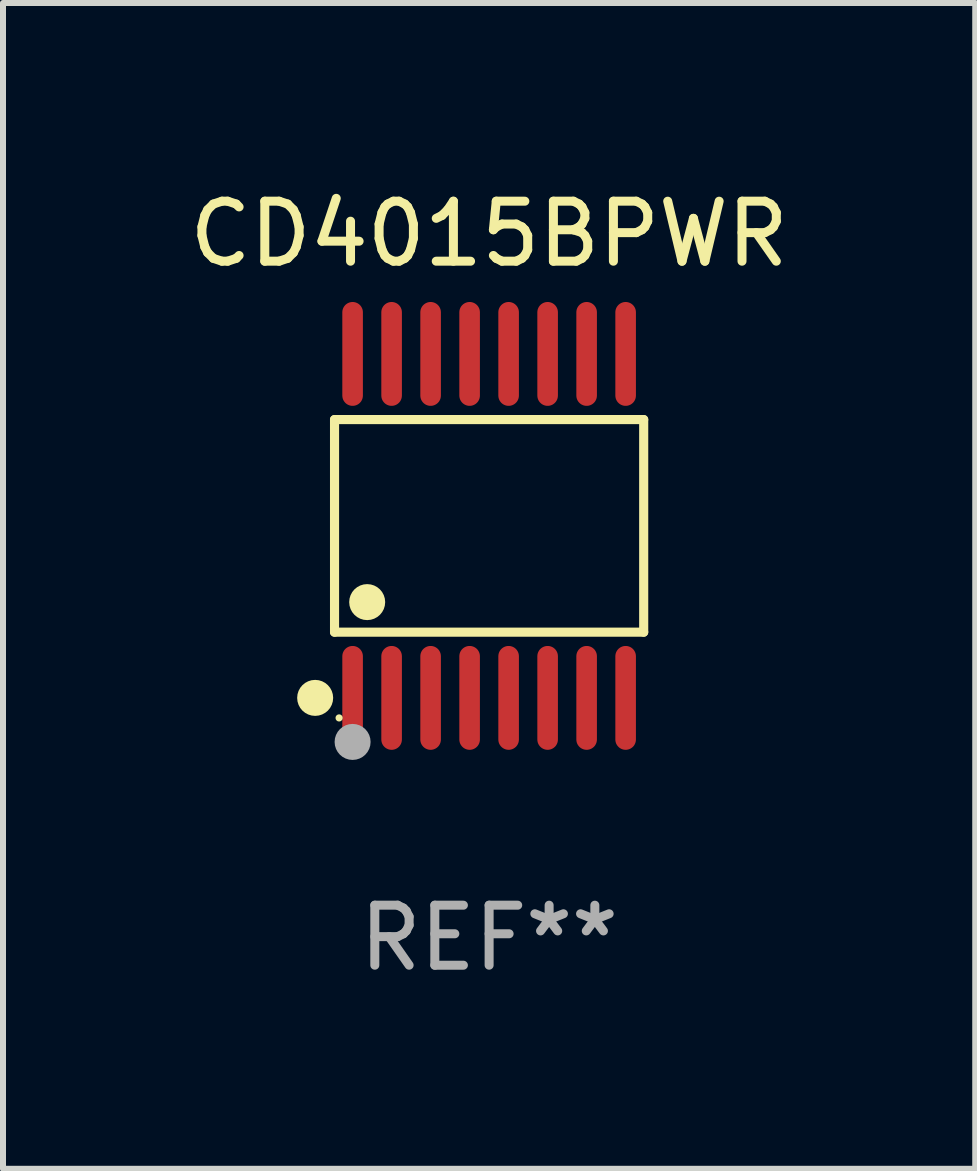
<source format=kicad_pcb>
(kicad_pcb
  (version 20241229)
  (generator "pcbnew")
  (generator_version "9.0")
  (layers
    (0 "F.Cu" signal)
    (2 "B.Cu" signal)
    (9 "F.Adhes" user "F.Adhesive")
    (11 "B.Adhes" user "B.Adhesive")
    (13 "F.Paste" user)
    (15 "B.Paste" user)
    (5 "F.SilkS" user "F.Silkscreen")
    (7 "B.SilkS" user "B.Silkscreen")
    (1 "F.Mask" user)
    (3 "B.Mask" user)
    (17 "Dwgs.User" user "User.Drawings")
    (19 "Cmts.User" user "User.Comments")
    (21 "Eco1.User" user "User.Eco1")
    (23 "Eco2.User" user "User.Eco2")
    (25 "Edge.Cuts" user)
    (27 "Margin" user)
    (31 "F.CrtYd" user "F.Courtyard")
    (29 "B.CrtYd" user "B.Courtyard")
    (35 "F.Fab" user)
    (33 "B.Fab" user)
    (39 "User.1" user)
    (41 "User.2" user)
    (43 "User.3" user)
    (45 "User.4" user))
  (footprint "CD4015BPWR"
    (layer "F.Cu")
    (at 5.101 5.714)
    (property "Reference" "CD4015BPWR" (at 0 -4.866 0) (layer "F.SilkS") (effects (font (size 1 1) (thickness 0.15))))
    (attr through_hole)
    (fp_line (start -2.576 -1.772) (end 2.576 -1.772) (stroke (width 0.152) (type solid)) (layer "F.SilkS"))
    (fp_line (start -2.576 1.771) (end -2.576 -1.772) (stroke (width 0.152) (type solid)) (layer "F.SilkS"))
    (fp_line (start 2.576 -1.772) (end 2.576 1.771) (stroke (width 0.152) (type solid)) (layer "F.SilkS"))
    (fp_line (start 2.576 1.771) (end -2.576 1.771) (stroke (width 0.152) (type solid)) (layer "F.SilkS"))
    (fp_circle (center -2.899 2.866) (end -2.749 2.866) (stroke (width 0.3) (type solid)) (fill no) (layer "F.SilkS"))
    (fp_circle (center -2.5 3.2) (end -2.47 3.2) (stroke (width 0.06) (type solid)) (fill no) (layer "F.SilkS"))
    (fp_circle (center -2.032 1.27) (end -1.882 1.27) (stroke (width 0.3) (type solid)) (fill no) (layer "F.SilkS"))
    (fp_circle (center -2.275 3.6) (end -2.125 3.6) (stroke (width 0.3) (type solid)) (fill no) (layer "F.Fab"))
    (fp_text user "REF**" (at 0 6.866 0) (layer "F.Fab") (effects (font (size 1 1) (thickness 0.15))))
    (pad "1" smd oval (at -2.275 2.866) (size 0.343 1.731) (layers "F.Cu" "F.Mask" "F.Paste"))
    (pad "2" smd oval (at -1.625 2.866) (size 0.343 1.731) (layers "F.Cu" "F.Mask" "F.Paste"))
    (pad "3" smd oval (at -0.975 2.866) (size 0.343 1.731) (layers "F.Cu" "F.Mask" "F.Paste"))
    (pad "4" smd oval (at -0.325 2.866) (size 0.343 1.731) (layers "F.Cu" "F.Mask" "F.Paste"))
    (pad "5" smd oval (at 0.325 2.866) (size 0.343 1.731) (layers "F.Cu" "F.Mask" "F.Paste"))
    (pad "6" smd oval (at 0.975 2.866) (size 0.343 1.731) (layers "F.Cu" "F.Mask" "F.Paste"))
    (pad "7" smd oval (at 1.625 2.866) (size 0.343 1.731) (layers "F.Cu" "F.Mask" "F.Paste"))
    (pad "8" smd oval (at 2.275 2.866) (size 0.343 1.731) (layers "F.Cu" "F.Mask" "F.Paste"))
    (pad "9" smd oval (at 2.275 -2.866) (size 0.343 1.731) (layers "F.Cu" "F.Mask" "F.Paste"))
    (pad "10" smd oval (at 1.625 -2.866) (size 0.343 1.731) (layers "F.Cu" "F.Mask" "F.Paste"))
    (pad "11" smd oval (at 0.975 -2.866) (size 0.343 1.731) (layers "F.Cu" "F.Mask" "F.Paste"))
    (pad "12" smd oval (at 0.325 -2.866) (size 0.343 1.731) (layers "F.Cu" "F.Mask" "F.Paste"))
    (pad "13" smd oval (at -0.325 -2.866) (size 0.343 1.731) (layers "F.Cu" "F.Mask" "F.Paste"))
    (pad "14" smd oval (at -0.975 -2.866) (size 0.343 1.731) (layers "F.Cu" "F.Mask" "F.Paste"))
    (pad "15" smd oval (at -1.625 -2.866) (size 0.343 1.731) (layers "F.Cu" "F.Mask" "F.Paste"))
    (pad "16" smd oval (at -2.275 -2.866) (size 0.343 1.731) (layers "F.Cu" "F.Mask" "F.Paste")))
  (gr_rect
    (start -3 -3)
    (end 13.202 16.428)
    (stroke (width 0.1) (type default))
    (fill no)
    (layer "Edge.Cuts")))
</source>
